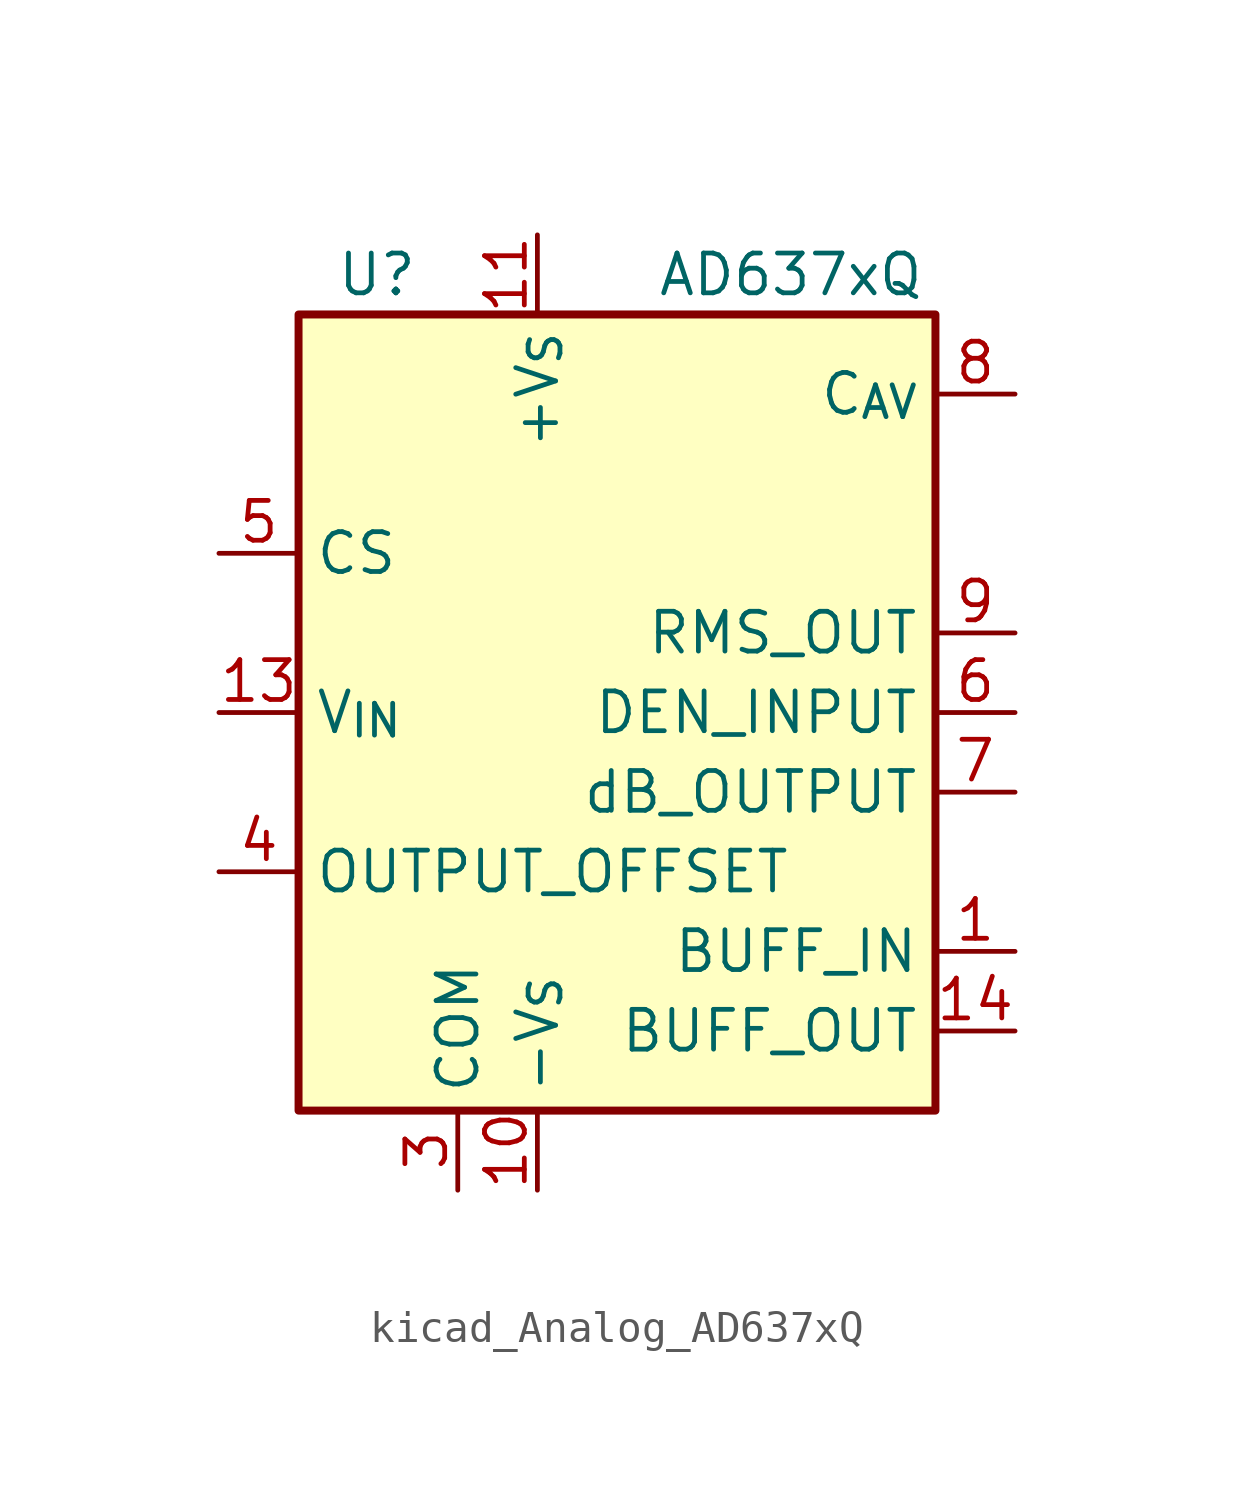
<source format=kicad_sym>
(kicad_symbol_lib
  (version 20220914)
  (generator kicad_symbol_editor)
  (symbol "kicad_Analog_AD637xQ"
    (property "Reference" "U"
      (at -6.35 13.97 0)
      (effects (font (size 1.27 1.27)) (justify right)))
    (property "Value" "AD637xQ"
      (at 1.27 13.97 0)
      (effects (font (size 1.27 1.27)) (justify left)))
    (symbol "kicad_Analog_AD637xQ_0_1"
      (rectangle (start -10.16 12.7) (end 10.16 -12.7) (stroke (width 0.254) (type default)) (fill (type background))))
    (symbol "kicad_Analog_AD637xQ_1_1"
      (pin input line (at 12.7 -7.62 180) (length 2.54) (name "BUFF_IN" (effects (font (size 1.27 1.27)))) (number "1" (effects (font (size 1.27 1.27)))))
      (pin power_in line (at -2.54 -15.24 90) (length 2.54) (name "-V_{S}" (effects (font (size 1.27 1.27)))) (number "10" (effects (font (size 1.27 1.27)))))
      (pin power_in line (at -2.54 15.24 270) (length 2.54) (name "+V_{S}" (effects (font (size 1.27 1.27)))) (number "11" (effects (font (size 1.27 1.27)))))
      (pin no_connect line (at -10.16 -7.62 0) (length 2.54) hide (name "NIC" (effects (font (size 1.27 1.27)))) (number "12" (effects (font (size 1.27 1.27)))))
      (pin input line (at -12.7 0 0) (length 2.54) (name "V_{IN}" (effects (font (size 1.27 1.27)))) (number "13" (effects (font (size 1.27 1.27)))))
      (pin output line (at 12.7 -10.16 180) (length 2.54) (name "BUFF_OUT" (effects (font (size 1.27 1.27)))) (number "14" (effects (font (size 1.27 1.27)))))
      (pin no_connect line (at -10.16 7.62 0) (length 2.54) hide (name "NIC" (effects (font (size 1.27 1.27)))) (number "2" (effects (font (size 1.27 1.27)))))
      (pin power_in line (at -5.08 -15.24 90) (length 2.54) (name "COM" (effects (font (size 1.27 1.27)))) (number "3" (effects (font (size 1.27 1.27)))))
      (pin input line (at -12.7 -5.08 0) (length 2.54) (name "OUTPUT_OFFSET" (effects (font (size 1.27 1.27)))) (number "4" (effects (font (size 1.27 1.27)))))
      (pin input line (at -12.7 5.08 0) (length 2.54) (name "CS" (effects (font (size 1.27 1.27)))) (number "5" (effects (font (size 1.27 1.27)))))
      (pin input line (at 12.7 0 180) (length 2.54) (name "DEN_INPUT" (effects (font (size 1.27 1.27)))) (number "6" (effects (font (size 1.27 1.27)))))
      (pin passive line (at 12.7 -2.54 180) (length 2.54) (name "dB_OUTPUT" (effects (font (size 1.27 1.27)))) (number "7" (effects (font (size 1.27 1.27)))))
      (pin passive line (at 12.7 10.16 180) (length 2.54) (name "C_{AV}" (effects (font (size 1.27 1.27)))) (number "8" (effects (font (size 1.27 1.27)))))
      (pin output line (at 12.7 2.54 180) (length 2.54) (name "RMS_OUT" (effects (font (size 1.27 1.27)))) (number "9" (effects (font (size 1.27 1.27))))))))
</source>
